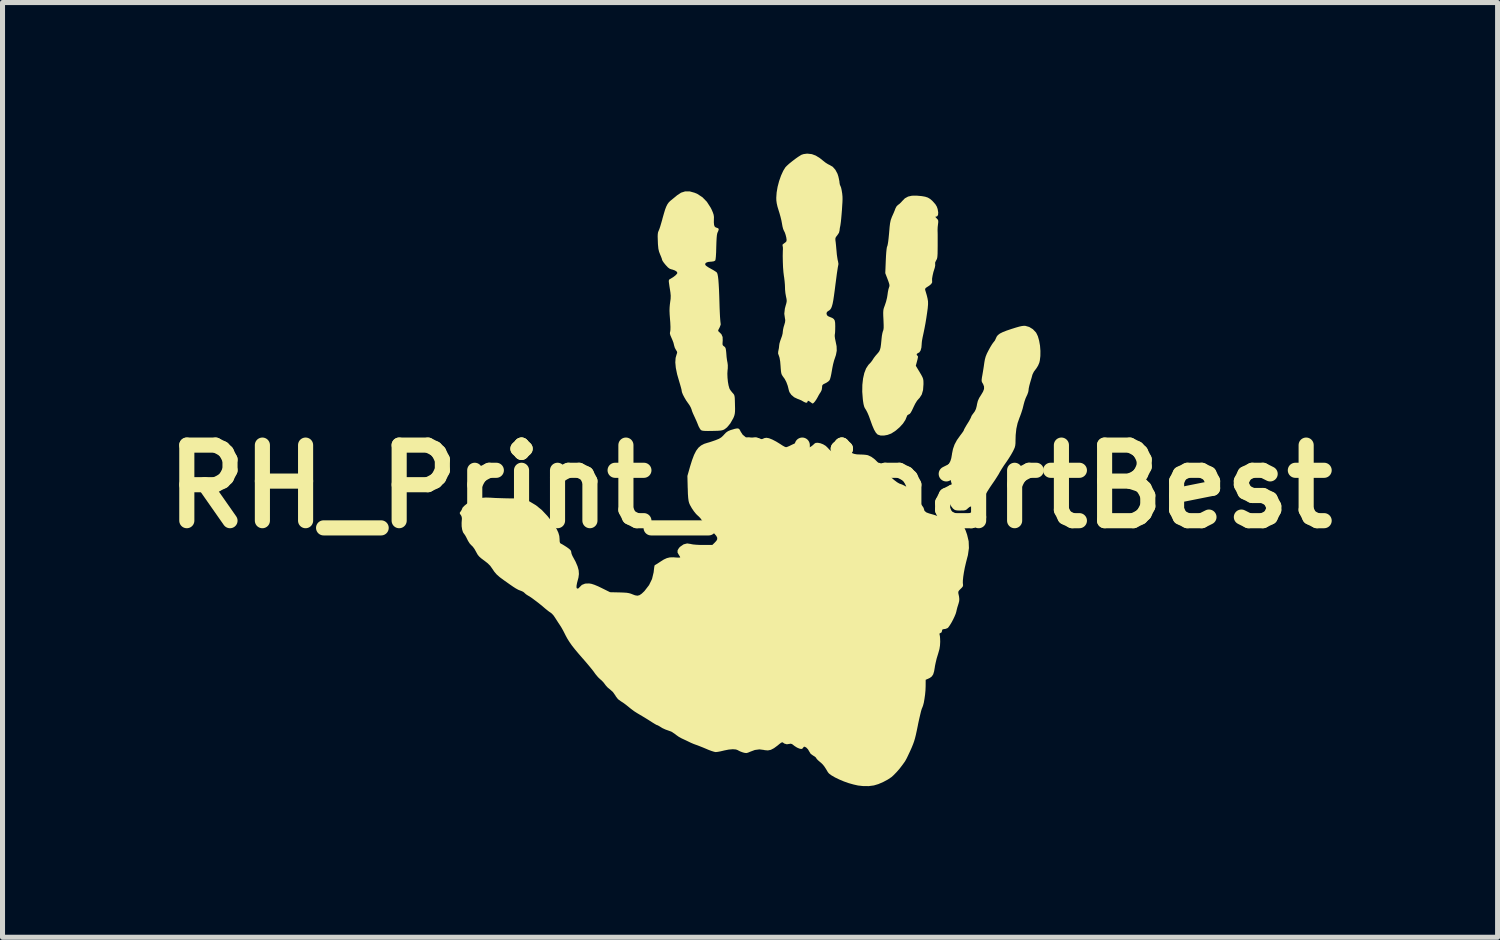
<source format=kicad_pcb>
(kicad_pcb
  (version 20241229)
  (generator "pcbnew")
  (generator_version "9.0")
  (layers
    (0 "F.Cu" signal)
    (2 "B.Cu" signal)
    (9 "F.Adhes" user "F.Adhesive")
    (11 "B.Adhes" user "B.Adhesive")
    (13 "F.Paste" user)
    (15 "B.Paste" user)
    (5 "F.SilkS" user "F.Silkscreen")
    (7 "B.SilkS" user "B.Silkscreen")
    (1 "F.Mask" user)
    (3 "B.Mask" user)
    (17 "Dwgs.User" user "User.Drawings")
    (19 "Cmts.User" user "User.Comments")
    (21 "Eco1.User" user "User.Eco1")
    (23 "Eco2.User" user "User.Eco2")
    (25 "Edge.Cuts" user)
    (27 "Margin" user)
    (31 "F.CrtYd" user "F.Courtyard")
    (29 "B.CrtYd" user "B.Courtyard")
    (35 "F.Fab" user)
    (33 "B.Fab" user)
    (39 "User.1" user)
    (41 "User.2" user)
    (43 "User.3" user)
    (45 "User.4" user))
  (footprint "RH_Print_ClipartBest"
    (layer "F.Cu")
    (at 11.836 6.605)
    (property "Reference" "RH_Print_ClipartBest" (at 0 0 0) (layer "F.SilkS") (effects (font (size 1.5 1.5) (thickness 0.3))))
    (attr board_only exclude_from_pos_files exclude_from_bom)
    (fp_poly (pts (xy 5.464 -3.188) (xy 5.54 -3.166) (xy 5.612 -3.122) (xy 5.671 -3.06) (xy 5.679 -3.049) (xy 5.711 -2.983) (xy 5.736 -2.896) (xy 5.754 -2.796) (xy 5.762 -2.691) (xy 5.761 -2.59) (xy 5.75 -2.498) (xy 5.74 -2.457) (xy 5.716 -2.4) (xy 5.682 -2.345) (xy 5.666 -2.324) (xy 5.632 -2.278) (xy 5.606 -2.226) (xy 5.6 -2.207) (xy 5.587 -2.158) (xy 5.569 -2.098) (xy 5.556 -2.054) (xy 5.541 -1.998) (xy 5.53 -1.946) (xy 5.527 -1.915) (xy 5.52 -1.874) (xy 5.502 -1.824) (xy 5.49 -1.799) (xy 5.468 -1.751) (xy 5.446 -1.688) (xy 5.428 -1.622) (xy 5.426 -1.613) (xy 5.408 -1.541) (xy 5.382 -1.459) (xy 5.354 -1.382) (xy 5.348 -1.369) (xy 5.309 -1.258) (xy 5.284 -1.145) (xy 5.271 -1.021) (xy 5.268 -0.921) (xy 5.267 -0.857) (xy 5.262 -0.811) (xy 5.251 -0.77) (xy 5.23 -0.724) (xy 5.213 -0.69) (xy 5.178 -0.628) (xy 5.133 -0.556) (xy 5.087 -0.487) (xy 5.074 -0.469) (xy 5.033 -0.41) (xy 4.994 -0.349) (xy 4.963 -0.298) (xy 4.954 -0.282) (xy 4.932 -0.242) (xy 4.897 -0.186) (xy 4.855 -0.121) (xy 4.809 -0.054) (xy 4.804 -0.047) (xy 4.756 0.024) (xy 4.709 0.098) (xy 4.669 0.167) (xy 4.64 0.221) (xy 4.64 0.222) (xy 4.605 0.29) (xy 4.575 0.336) (xy 4.543 0.364) (xy 4.504 0.379) (xy 4.453 0.386) (xy 4.446 0.387) (xy 4.392 0.393) (xy 4.356 0.406) (xy 4.327 0.429) (xy 4.321 0.435) (xy 4.298 0.456) (xy 4.274 0.469) (xy 4.242 0.475) (xy 4.192 0.476) (xy 4.174 0.477) (xy 4.118 0.476) (xy 4.082 0.471) (xy 4.056 0.461) (xy 4.031 0.441) (xy 4.019 0.429) (xy 3.984 0.382) (xy 3.955 0.321) (xy 3.936 0.256) (xy 3.929 0.198) (xy 3.932 0.176) (xy 3.944 0.141) (xy 3.964 0.094) (xy 3.979 0.06) (xy 4.001 0.015) (xy 4.009 -0.015) (xy 4.007 -0.04) (xy 3.998 -0.062) (xy 3.988 -0.099) (xy 3.977 -0.154) (xy 3.97 -0.215) (xy 3.969 -0.224) (xy 3.962 -0.285) (xy 3.952 -0.34) (xy 3.943 -0.378) (xy 3.941 -0.382) (xy 3.932 -0.414) (xy 3.938 -0.441) (xy 3.956 -0.468) (xy 3.976 -0.506) (xy 3.993 -0.562) (xy 4.007 -0.642) (xy 4.007 -0.648) (xy 4.027 -0.745) (xy 4.058 -0.833) (xy 4.105 -0.921) (xy 4.172 -1.015) (xy 4.191 -1.04) (xy 4.219 -1.078) (xy 4.238 -1.107) (xy 4.243 -1.12) (xy 4.25 -1.138) (xy 4.27 -1.174) (xy 4.298 -1.222) (xy 4.315 -1.249) (xy 4.347 -1.301) (xy 4.371 -1.345) (xy 4.385 -1.374) (xy 4.387 -1.381) (xy 4.396 -1.403) (xy 4.417 -1.434) (xy 4.421 -1.439) (xy 4.458 -1.489) (xy 4.482 -1.538) (xy 4.498 -1.598) (xy 4.504 -1.634) (xy 4.52 -1.698) (xy 4.547 -1.758) (xy 4.583 -1.815) (xy 4.623 -1.882) (xy 4.643 -1.936) (xy 4.643 -1.984) (xy 4.625 -2.032) (xy 4.618 -2.044) (xy 4.603 -2.069) (xy 4.596 -2.092) (xy 4.596 -2.12) (xy 4.601 -2.162) (xy 4.61 -2.212) (xy 4.623 -2.289) (xy 4.637 -2.376) (xy 4.648 -2.454) (xy 4.648 -2.455) (xy 4.66 -2.522) (xy 4.676 -2.58) (xy 4.7 -2.639) (xy 4.736 -2.709) (xy 4.768 -2.767) (xy 4.799 -2.818) (xy 4.824 -2.854) (xy 4.834 -2.866) (xy 4.859 -2.898) (xy 4.878 -2.939) (xy 4.878 -2.94) (xy 4.895 -2.976) (xy 4.92 -3.007) (xy 4.959 -3.036) (xy 5.015 -3.064) (xy 5.091 -3.094) (xy 5.189 -3.127) (xy 5.278 -3.155) (xy 5.345 -3.174) (xy 5.396 -3.185) (xy 5.435 -3.189)) (stroke (width 0) (type solid)) (fill yes) (layer "F.SilkS"))
    (fp_poly (pts (xy 3.319 -5.771) (xy 3.408 -5.763) (xy 3.475 -5.751) (xy 3.527 -5.734) (xy 3.571 -5.708) (xy 3.614 -5.672) (xy 3.631 -5.654) (xy 3.677 -5.602) (xy 3.705 -5.556) (xy 3.723 -5.505) (xy 3.723 -5.504) (xy 3.734 -5.437) (xy 3.73 -5.389) (xy 3.712 -5.362) (xy 3.695 -5.357) (xy 3.679 -5.355) (xy 3.681 -5.345) (xy 3.703 -5.321) (xy 3.704 -5.32) (xy 3.725 -5.297) (xy 3.734 -5.274) (xy 3.734 -5.241) (xy 3.729 -5.201) (xy 3.723 -5.147) (xy 3.721 -5.098) (xy 3.721 -5.076) (xy 3.722 -5.047) (xy 3.723 -4.996) (xy 3.723 -4.927) (xy 3.723 -4.846) (xy 3.723 -4.781) (xy 3.722 -4.688) (xy 3.721 -4.62) (xy 3.718 -4.572) (xy 3.714 -4.538) (xy 3.707 -4.514) (xy 3.698 -4.496) (xy 3.693 -4.488) (xy 3.673 -4.446) (xy 3.673 -4.418) (xy 3.674 -4.387) (xy 3.666 -4.344) (xy 3.661 -4.328) (xy 3.638 -4.255) (xy 3.622 -4.185) (xy 3.612 -4.126) (xy 3.612 -4.086) (xy 3.613 -4.082) (xy 3.613 -4.05) (xy 3.595 -4.02) (xy 3.556 -3.986) (xy 3.526 -3.967) (xy 3.49 -3.943) (xy 3.475 -3.925) (xy 3.474 -3.903) (xy 3.481 -3.881) (xy 3.506 -3.797) (xy 3.522 -3.731) (xy 3.531 -3.677) (xy 3.532 -3.628) (xy 3.531 -3.603) (xy 3.525 -3.534) (xy 3.513 -3.446) (xy 3.498 -3.345) (xy 3.481 -3.241) (xy 3.462 -3.14) (xy 3.444 -3.052) (xy 3.436 -3.015) (xy 3.422 -2.95) (xy 3.411 -2.888) (xy 3.406 -2.839) (xy 3.406 -2.83) (xy 3.4 -2.757) (xy 3.384 -2.699) (xy 3.359 -2.662) (xy 3.339 -2.651) (xy 3.313 -2.636) (xy 3.305 -2.615) (xy 3.318 -2.597) (xy 3.323 -2.596) (xy 3.331 -2.586) (xy 3.331 -2.561) (xy 3.321 -2.516) (xy 3.315 -2.493) (xy 3.289 -2.396) (xy 3.365 -2.27) (xy 3.399 -2.212) (xy 3.421 -2.17) (xy 3.434 -2.135) (xy 3.44 -2.098) (xy 3.441 -2.051) (xy 3.441 -2.029) (xy 3.433 -1.915) (xy 3.407 -1.825) (xy 3.363 -1.757) (xy 3.345 -1.739) (xy 3.314 -1.703) (xy 3.278 -1.645) (xy 3.241 -1.57) (xy 3.241 -1.569) (xy 3.21 -1.504) (xy 3.186 -1.462) (xy 3.167 -1.44) (xy 3.151 -1.432) (xy 3.122 -1.415) (xy 3.11 -1.389) (xy 3.082 -1.321) (xy 3.033 -1.247) (xy 2.967 -1.175) (xy 2.892 -1.11) (xy 2.811 -1.057) (xy 2.798 -1.05) (xy 2.728 -1.024) (xy 2.656 -1.011) (xy 2.589 -1.012) (xy 2.536 -1.029) (xy 2.529 -1.033) (xy 2.496 -1.068) (xy 2.461 -1.128) (xy 2.424 -1.214) (xy 2.383 -1.328) (xy 2.382 -1.331) (xy 2.358 -1.398) (xy 2.331 -1.461) (xy 2.306 -1.51) (xy 2.296 -1.527) (xy 2.276 -1.558) (xy 2.262 -1.593) (xy 2.251 -1.638) (xy 2.241 -1.701) (xy 2.237 -1.737) (xy 2.226 -1.88) (xy 2.228 -2.017) (xy 2.242 -2.142) (xy 2.267 -2.253) (xy 2.303 -2.345) (xy 2.349 -2.414) (xy 2.36 -2.426) (xy 2.397 -2.465) (xy 2.427 -2.505) (xy 2.435 -2.518) (xy 2.457 -2.552) (xy 2.49 -2.595) (xy 2.518 -2.627) (xy 2.545 -2.658) (xy 2.565 -2.686) (xy 2.579 -2.719) (xy 2.59 -2.761) (xy 2.598 -2.818) (xy 2.606 -2.896) (xy 2.609 -2.931) (xy 2.616 -2.992) (xy 2.626 -3.045) (xy 2.636 -3.081) (xy 2.639 -3.087) (xy 2.646 -3.11) (xy 2.651 -3.148) (xy 2.651 -3.204) (xy 2.648 -3.283) (xy 2.647 -3.311) (xy 2.643 -3.389) (xy 2.642 -3.446) (xy 2.644 -3.488) (xy 2.649 -3.522) (xy 2.66 -3.556) (xy 2.675 -3.597) (xy 2.676 -3.6) (xy 2.699 -3.669) (xy 2.718 -3.747) (xy 2.727 -3.802) (xy 2.735 -3.861) (xy 2.746 -3.915) (xy 2.757 -3.95) (xy 2.765 -3.974) (xy 2.766 -3.999) (xy 2.758 -4.032) (xy 2.742 -4.08) (xy 2.729 -4.114) (xy 2.683 -4.234) (xy 2.693 -4.482) (xy 2.697 -4.565) (xy 2.702 -4.64) (xy 2.708 -4.701) (xy 2.714 -4.743) (xy 2.718 -4.758) (xy 2.726 -4.778) (xy 2.733 -4.811) (xy 2.741 -4.86) (xy 2.749 -4.928) (xy 2.758 -5.02) (xy 2.768 -5.136) (xy 2.768 -5.141) (xy 2.778 -5.224) (xy 2.792 -5.29) (xy 2.815 -5.352) (xy 2.824 -5.372) (xy 2.849 -5.428) (xy 2.871 -5.481) (xy 2.884 -5.517) (xy 2.905 -5.557) (xy 2.933 -5.586) (xy 2.936 -5.588) (xy 2.966 -5.61) (xy 3.002 -5.646) (xy 3.018 -5.664) (xy 3.072 -5.719) (xy 3.136 -5.754) (xy 3.212 -5.771) (xy 3.308 -5.772)) (stroke (width 0) (type solid)) (fill yes) (layer "F.SilkS"))
    (fp_poly (pts (xy 1.226 -6.596) (xy 1.304 -6.567) (xy 1.386 -6.516) (xy 1.452 -6.463) (xy 1.499 -6.426) (xy 1.547 -6.396) (xy 1.578 -6.381) (xy 1.64 -6.345) (xy 1.693 -6.285) (xy 1.735 -6.206) (xy 1.752 -6.153) (xy 1.764 -6.1) (xy 1.773 -6.053) (xy 1.775 -6.027) (xy 1.783 -5.986) (xy 1.795 -5.96) (xy 1.807 -5.928) (xy 1.818 -5.877) (xy 1.828 -5.816) (xy 1.834 -5.754) (xy 1.835 -5.704) (xy 1.833 -5.643) (xy 1.828 -5.569) (xy 1.823 -5.486) (xy 1.816 -5.402) (xy 1.809 -5.323) (xy 1.802 -5.254) (xy 1.795 -5.203) (xy 1.791 -5.177) (xy 1.781 -5.128) (xy 1.776 -5.084) (xy 1.775 -5.078) (xy 1.764 -5.035) (xy 1.732 -4.987) (xy 1.73 -4.985) (xy 1.702 -4.949) (xy 1.692 -4.918) (xy 1.694 -4.882) (xy 1.699 -4.846) (xy 1.705 -4.79) (xy 1.711 -4.722) (xy 1.716 -4.671) (xy 1.722 -4.602) (xy 1.731 -4.54) (xy 1.739 -4.492) (xy 1.745 -4.471) (xy 1.754 -4.416) (xy 1.747 -4.378) (xy 1.741 -4.347) (xy 1.733 -4.294) (xy 1.722 -4.222) (xy 1.711 -4.137) (xy 1.699 -4.045) (xy 1.696 -4.024) (xy 1.679 -3.889) (xy 1.664 -3.78) (xy 1.651 -3.694) (xy 1.638 -3.627) (xy 1.624 -3.577) (xy 1.61 -3.541) (xy 1.593 -3.515) (xy 1.574 -3.497) (xy 1.556 -3.486) (xy 1.526 -3.464) (xy 1.517 -3.436) (xy 1.518 -3.425) (xy 1.527 -3.398) (xy 1.552 -3.378) (xy 1.584 -3.364) (xy 1.632 -3.345) (xy 1.662 -3.323) (xy 1.68 -3.293) (xy 1.688 -3.248) (xy 1.69 -3.182) (xy 1.69 -3.176) (xy 1.689 -3.114) (xy 1.687 -3.06) (xy 1.683 -3.022) (xy 1.681 -3.016) (xy 1.68 -2.983) (xy 1.686 -2.934) (xy 1.696 -2.887) (xy 1.717 -2.784) (xy 1.72 -2.695) (xy 1.704 -2.61) (xy 1.686 -2.556) (xy 1.667 -2.5) (xy 1.648 -2.428) (xy 1.632 -2.349) (xy 1.624 -2.303) (xy 1.612 -2.235) (xy 1.599 -2.175) (xy 1.586 -2.13) (xy 1.578 -2.111) (xy 1.552 -2.084) (xy 1.511 -2.057) (xy 1.492 -2.048) (xy 1.454 -2.029) (xy 1.435 -2.011) (xy 1.429 -1.984) (xy 1.429 -1.965) (xy 1.421 -1.915) (xy 1.402 -1.876) (xy 1.379 -1.841) (xy 1.353 -1.796) (xy 1.343 -1.776) (xy 1.316 -1.729) (xy 1.287 -1.687) (xy 1.26 -1.657) (xy 1.242 -1.646) (xy 1.226 -1.655) (xy 1.199 -1.674) (xy 1.198 -1.675) (xy 1.164 -1.698) (xy 1.146 -1.701) (xy 1.14 -1.683) (xy 1.14 -1.682) (xy 1.13 -1.664) (xy 1.103 -1.664) (xy 1.065 -1.681) (xy 1.056 -1.687) (xy 1.019 -1.708) (xy 0.97 -1.729) (xy 0.942 -1.739) (xy 0.875 -1.771) (xy 0.819 -1.818) (xy 0.781 -1.873) (xy 0.771 -1.903) (xy 0.747 -1.999) (xy 0.719 -2.074) (xy 0.687 -2.135) (xy 0.668 -2.161) (xy 0.645 -2.193) (xy 0.629 -2.22) (xy 0.619 -2.25) (xy 0.613 -2.29) (xy 0.608 -2.347) (xy 0.605 -2.391) (xy 0.597 -2.484) (xy 0.585 -2.554) (xy 0.571 -2.597) (xy 0.556 -2.638) (xy 0.558 -2.678) (xy 0.562 -2.697) (xy 0.572 -2.747) (xy 0.577 -2.796) (xy 0.577 -2.798) (xy 0.583 -2.837) (xy 0.598 -2.889) (xy 0.613 -2.931) (xy 0.633 -2.986) (xy 0.646 -3.038) (xy 0.649 -3.069) (xy 0.654 -3.111) (xy 0.666 -3.166) (xy 0.678 -3.204) (xy 0.694 -3.261) (xy 0.698 -3.303) (xy 0.692 -3.337) (xy 0.679 -3.428) (xy 0.69 -3.529) (xy 0.706 -3.59) (xy 0.721 -3.642) (xy 0.727 -3.68) (xy 0.724 -3.719) (xy 0.713 -3.771) (xy 0.701 -3.837) (xy 0.694 -3.909) (xy 0.693 -3.949) (xy 0.691 -4.004) (xy 0.685 -4.075) (xy 0.676 -4.149) (xy 0.672 -4.173) (xy 0.662 -4.253) (xy 0.654 -4.353) (xy 0.65 -4.463) (xy 0.648 -4.575) (xy 0.65 -4.678) (xy 0.652 -4.707) (xy 0.651 -4.748) (xy 0.645 -4.779) (xy 0.644 -4.781) (xy 0.646 -4.803) (xy 0.672 -4.823) (xy 0.703 -4.846) (xy 0.721 -4.866) (xy 0.725 -4.894) (xy 0.719 -4.939) (xy 0.706 -4.992) (xy 0.689 -5.042) (xy 0.67 -5.079) (xy 0.656 -5.112) (xy 0.643 -5.162) (xy 0.633 -5.218) (xy 0.622 -5.278) (xy 0.604 -5.352) (xy 0.582 -5.43) (xy 0.569 -5.471) (xy 0.544 -5.553) (xy 0.529 -5.619) (xy 0.521 -5.679) (xy 0.52 -5.733) (xy 0.527 -5.835) (xy 0.546 -5.947) (xy 0.576 -6.061) (xy 0.614 -6.169) (xy 0.657 -6.264) (xy 0.701 -6.335) (xy 0.73 -6.365) (xy 0.775 -6.406) (xy 0.832 -6.452) (xy 0.893 -6.499) (xy 0.952 -6.541) (xy 1.003 -6.573) (xy 1.017 -6.582) (xy 1.062 -6.597) (xy 1.123 -6.605) (xy 1.147 -6.605)) (stroke (width 0) (type solid)) (fill yes) (layer "F.SilkS"))
    (fp_poly (pts (xy -1.199 -5.857) (xy -1.102 -5.83) (xy -1.044 -5.805) (xy -0.945 -5.74) (xy -0.858 -5.651) (xy -0.785 -5.538) (xy -0.766 -5.502) (xy -0.739 -5.44) (xy -0.723 -5.392) (xy -0.717 -5.348) (xy -0.718 -5.314) (xy -0.719 -5.24) (xy -0.714 -5.189) (xy -0.702 -5.158) (xy -0.681 -5.141) (xy -0.664 -5.136) (xy -0.632 -5.124) (xy -0.622 -5.104) (xy -0.632 -5.069) (xy -0.643 -5.047) (xy -0.652 -5.022) (xy -0.659 -4.984) (xy -0.664 -4.928) (xy -0.668 -4.851) (xy -0.671 -4.754) (xy -0.674 -4.644) (xy -0.679 -4.562) (xy -0.685 -4.508) (xy -0.693 -4.483) (xy -0.693 -4.483) (xy -0.721 -4.469) (xy -0.768 -4.462) (xy -0.778 -4.462) (xy -0.835 -4.456) (xy -0.874 -4.441) (xy -0.892 -4.418) (xy -0.887 -4.395) (xy -0.867 -4.376) (xy -0.829 -4.35) (xy -0.781 -4.323) (xy -0.778 -4.321) (xy -0.729 -4.294) (xy -0.689 -4.269) (xy -0.665 -4.252) (xy -0.664 -4.251) (xy -0.653 -4.234) (xy -0.644 -4.204) (xy -0.636 -4.159) (xy -0.629 -4.097) (xy -0.623 -4.015) (xy -0.617 -3.91) (xy -0.612 -3.781) (xy -0.608 -3.653) (xy -0.605 -3.55) (xy -0.601 -3.455) (xy -0.597 -3.373) (xy -0.592 -3.307) (xy -0.588 -3.263) (xy -0.585 -3.243) (xy -0.583 -3.212) (xy -0.6 -3.167) (xy -0.607 -3.152) (xy -0.627 -3.114) (xy -0.634 -3.092) (xy -0.628 -3.079) (xy -0.615 -3.068) (xy -0.569 -3.022) (xy -0.545 -2.967) (xy -0.543 -2.896) (xy -0.544 -2.886) (xy -0.547 -2.839) (xy -0.545 -2.811) (xy -0.533 -2.793) (xy -0.516 -2.781) (xy -0.499 -2.767) (xy -0.487 -2.747) (xy -0.48 -2.716) (xy -0.474 -2.667) (xy -0.471 -2.631) (xy -0.466 -2.567) (xy -0.458 -2.508) (xy -0.45 -2.465) (xy -0.448 -2.457) (xy -0.442 -2.407) (xy -0.443 -2.339) (xy -0.447 -2.308) (xy -0.451 -2.239) (xy -0.448 -2.159) (xy -0.44 -2.078) (xy -0.427 -2.005) (xy -0.411 -1.949) (xy -0.405 -1.935) (xy -0.382 -1.9) (xy -0.351 -1.862) (xy -0.345 -1.855) (xy -0.328 -1.836) (xy -0.316 -1.818) (xy -0.309 -1.794) (xy -0.304 -1.759) (xy -0.302 -1.708) (xy -0.3 -1.634) (xy -0.3 -1.624) (xy -0.298 -1.546) (xy -0.299 -1.49) (xy -0.303 -1.449) (xy -0.31 -1.416) (xy -0.321 -1.384) (xy -0.334 -1.354) (xy -0.393 -1.251) (xy -0.457 -1.174) (xy -0.504 -1.137) (xy -0.527 -1.125) (xy -0.553 -1.116) (xy -0.588 -1.11) (xy -0.638 -1.106) (xy -0.707 -1.104) (xy -0.754 -1.103) (xy -0.836 -1.102) (xy -0.893 -1.103) (xy -0.932 -1.106) (xy -0.957 -1.111) (xy -0.974 -1.12) (xy -0.981 -1.126) (xy -1 -1.154) (xy -1.023 -1.197) (xy -1.037 -1.233) (xy -1.062 -1.294) (xy -1.092 -1.36) (xy -1.109 -1.397) (xy -1.133 -1.449) (xy -1.153 -1.499) (xy -1.161 -1.528) (xy -1.176 -1.566) (xy -1.202 -1.613) (xy -1.223 -1.643) (xy -1.265 -1.702) (xy -1.302 -1.764) (xy -1.333 -1.823) (xy -1.352 -1.871) (xy -1.357 -1.897) (xy -1.361 -1.923) (xy -1.373 -1.969) (xy -1.39 -2.029) (xy -1.405 -2.079) (xy -1.448 -2.228) (xy -1.474 -2.355) (xy -1.484 -2.462) (xy -1.478 -2.552) (xy -1.458 -2.622) (xy -1.447 -2.655) (xy -1.452 -2.681) (xy -1.47 -2.709) (xy -1.494 -2.753) (xy -1.509 -2.804) (xy -1.51 -2.809) (xy -1.521 -2.854) (xy -1.542 -2.909) (xy -1.56 -2.95) (xy -1.582 -3.001) (xy -1.591 -3.035) (xy -1.589 -3.063) (xy -1.586 -3.072) (xy -1.581 -3.107) (xy -1.58 -3.169) (xy -1.584 -3.259) (xy -1.589 -3.319) (xy -1.596 -3.415) (xy -1.599 -3.49) (xy -1.597 -3.553) (xy -1.592 -3.612) (xy -1.587 -3.651) (xy -1.577 -3.725) (xy -1.575 -3.786) (xy -1.581 -3.85) (xy -1.587 -3.89) (xy -1.6 -3.971) (xy -1.608 -4.029) (xy -1.613 -4.067) (xy -1.612 -4.091) (xy -1.606 -4.105) (xy -1.595 -4.114) (xy -1.578 -4.123) (xy -1.573 -4.126) (xy -1.52 -4.159) (xy -1.477 -4.193) (xy -1.45 -4.223) (xy -1.443 -4.239) (xy -1.456 -4.264) (xy -1.491 -4.287) (xy -1.541 -4.305) (xy -1.559 -4.309) (xy -1.594 -4.321) (xy -1.63 -4.347) (xy -1.672 -4.392) (xy -1.678 -4.399) (xy -1.712 -4.441) (xy -1.736 -4.476) (xy -1.746 -4.498) (xy -1.746 -4.499) (xy -1.752 -4.522) (xy -1.767 -4.562) (xy -1.784 -4.602) (xy -1.806 -4.659) (xy -1.82 -4.718) (xy -1.827 -4.791) (xy -1.829 -4.816) (xy -1.832 -4.902) (xy -1.834 -4.964) (xy -1.832 -5.009) (xy -1.827 -5.042) (xy -1.818 -5.068) (xy -1.811 -5.083) (xy -1.799 -5.113) (xy -1.782 -5.164) (xy -1.763 -5.229) (xy -1.742 -5.302) (xy -1.739 -5.316) (xy -1.71 -5.418) (xy -1.686 -5.497) (xy -1.663 -5.557) (xy -1.64 -5.602) (xy -1.615 -5.637) (xy -1.585 -5.667) (xy -1.574 -5.676) (xy -1.525 -5.716) (xy -1.471 -5.76) (xy -1.45 -5.778) (xy -1.37 -5.831) (xy -1.288 -5.857)) (stroke (width 0) (type solid)) (fill yes) (layer "F.SilkS"))
    (fp_poly (pts (xy -0.229 -1.149) (xy -0.209 -1.132) (xy -0.192 -1.101) (xy -0.188 -1.091) (xy -0.147 -1.028) (xy -0.085 -0.977) (xy -0.012 -0.946) (xy -0.007 -0.944) (xy 0.034 -0.929) (xy 0.079 -0.905) (xy 0.086 -0.9) (xy 0.131 -0.874) (xy 0.159 -0.868) (xy 0.175 -0.881) (xy 0.178 -0.888) (xy 0.2 -0.915) (xy 0.24 -0.941) (xy 0.286 -0.961) (xy 0.325 -0.967) (xy 0.375 -0.958) (xy 0.441 -0.932) (xy 0.518 -0.892) (xy 0.601 -0.841) (xy 0.605 -0.838) (xy 0.65 -0.809) (xy 0.689 -0.788) (xy 0.713 -0.78) (xy 0.714 -0.78) (xy 0.737 -0.786) (xy 0.778 -0.803) (xy 0.827 -0.827) (xy 0.837 -0.832) (xy 0.918 -0.869) (xy 0.984 -0.885) (xy 1.038 -0.881) (xy 1.083 -0.857) (xy 1.096 -0.845) (xy 1.124 -0.815) (xy 1.139 -0.79) (xy 1.14 -0.784) (xy 1.149 -0.767) (xy 1.155 -0.765) (xy 1.177 -0.774) (xy 1.211 -0.794) (xy 1.245 -0.82) (xy 1.27 -0.843) (xy 1.274 -0.848) (xy 1.301 -0.865) (xy 1.344 -0.868) (xy 1.396 -0.858) (xy 1.45 -0.837) (xy 1.5 -0.807) (xy 1.536 -0.773) (xy 1.573 -0.733) (xy 1.616 -0.698) (xy 1.621 -0.695) (xy 1.657 -0.676) (xy 1.69 -0.673) (xy 1.726 -0.681) (xy 1.812 -0.696) (xy 1.899 -0.697) (xy 1.977 -0.683) (xy 2.016 -0.667) (xy 2.063 -0.648) (xy 2.116 -0.638) (xy 2.182 -0.635) (xy 2.243 -0.633) (xy 2.299 -0.628) (xy 2.338 -0.621) (xy 2.405 -0.59) (xy 2.478 -0.536) (xy 2.552 -0.461) (xy 2.617 -0.379) (xy 2.668 -0.315) (xy 2.727 -0.249) (xy 2.792 -0.186) (xy 2.856 -0.131) (xy 2.915 -0.086) (xy 2.963 -0.058) (xy 2.983 -0.051) (xy 3.019 -0.038) (xy 3.068 -0.014) (xy 3.114 0.013) (xy 3.164 0.049) (xy 3.2 0.086) (xy 3.233 0.135) (xy 3.251 0.167) (xy 3.288 0.229) (xy 3.335 0.292) (xy 3.376 0.339) (xy 3.418 0.385) (xy 3.443 0.423) (xy 3.449 0.442) (xy 3.462 0.484) (xy 3.5 0.515) (xy 3.554 0.535) (xy 3.64 0.559) (xy 3.718 0.584) (xy 3.78 0.607) (xy 3.802 0.617) (xy 3.839 0.631) (xy 3.892 0.643) (xy 3.934 0.65) (xy 3.988 0.659) (xy 4.025 0.672) (xy 4.057 0.696) (xy 4.081 0.72) (xy 4.122 0.759) (xy 4.157 0.777) (xy 4.183 0.78) (xy 4.212 0.784) (xy 4.235 0.798) (xy 4.256 0.826) (xy 4.278 0.874) (xy 4.303 0.945) (xy 4.307 0.956) (xy 4.338 1.087) (xy 4.343 1.222) (xy 4.323 1.363) (xy 4.309 1.415) (xy 4.284 1.513) (xy 4.261 1.612) (xy 4.243 1.708) (xy 4.23 1.794) (xy 4.223 1.865) (xy 4.222 1.915) (xy 4.223 1.922) (xy 4.227 1.959) (xy 4.221 1.985) (xy 4.199 2.012) (xy 4.179 2.031) (xy 4.146 2.065) (xy 4.132 2.09) (xy 4.133 2.118) (xy 4.133 2.12) (xy 4.147 2.184) (xy 4.152 2.232) (xy 4.15 2.273) (xy 4.139 2.317) (xy 4.131 2.343) (xy 4.113 2.4) (xy 4.099 2.455) (xy 4.092 2.487) (xy 4.08 2.527) (xy 4.057 2.582) (xy 4.028 2.643) (xy 3.995 2.704) (xy 3.962 2.757) (xy 3.935 2.795) (xy 3.921 2.809) (xy 3.882 2.825) (xy 3.85 2.83) (xy 3.821 2.835) (xy 3.81 2.854) (xy 3.81 2.865) (xy 3.799 2.896) (xy 3.779 2.907) (xy 3.758 2.919) (xy 3.761 2.94) (xy 3.761 2.941) (xy 3.767 2.968) (xy 3.771 3.014) (xy 3.773 3.071) (xy 3.773 3.083) (xy 3.769 3.156) (xy 3.758 3.226) (xy 3.736 3.305) (xy 3.726 3.338) (xy 3.703 3.413) (xy 3.684 3.493) (xy 3.669 3.564) (xy 3.666 3.587) (xy 3.652 3.669) (xy 3.634 3.728) (xy 3.607 3.769) (xy 3.569 3.798) (xy 3.547 3.809) (xy 3.485 3.836) (xy 3.484 3.965) (xy 3.481 4.045) (xy 3.473 4.13) (xy 3.461 4.214) (xy 3.448 4.29) (xy 3.432 4.35) (xy 3.417 4.39) (xy 3.415 4.392) (xy 3.406 4.416) (xy 3.392 4.463) (xy 3.376 4.53) (xy 3.357 4.611) (xy 3.337 4.702) (xy 3.329 4.744) (xy 3.308 4.846) (xy 3.29 4.929) (xy 3.273 4.997) (xy 3.255 5.058) (xy 3.234 5.116) (xy 3.208 5.18) (xy 3.175 5.254) (xy 3.132 5.345) (xy 3.109 5.393) (xy 3.076 5.453) (xy 3.026 5.523) (xy 2.968 5.599) (xy 2.906 5.67) (xy 2.846 5.731) (xy 2.809 5.765) (xy 2.733 5.816) (xy 2.641 5.865) (xy 2.546 5.906) (xy 2.459 5.932) (xy 2.454 5.933) (xy 2.355 5.946) (xy 2.242 5.945) (xy 2.142 5.934) (xy 2.053 5.914) (xy 1.957 5.887) (xy 1.861 5.853) (xy 1.769 5.814) (xy 1.686 5.774) (xy 1.617 5.734) (xy 1.567 5.697) (xy 1.545 5.671) (xy 1.505 5.604) (xy 1.473 5.555) (xy 1.444 5.519) (xy 1.414 5.489) (xy 1.384 5.464) (xy 1.347 5.432) (xy 1.321 5.405) (xy 1.313 5.39) (xy 1.301 5.374) (xy 1.272 5.352) (xy 1.254 5.342) (xy 1.204 5.307) (xy 1.174 5.259) (xy 1.173 5.257) (xy 1.149 5.216) (xy 1.117 5.183) (xy 1.112 5.179) (xy 1.083 5.164) (xy 1.067 5.166) (xy 1.051 5.186) (xy 1.035 5.205) (xy 1.013 5.209) (xy 0.977 5.201) (xy 0.931 5.181) (xy 0.884 5.151) (xy 0.871 5.141) (xy 0.833 5.112) (xy 0.805 5.104) (xy 0.789 5.107) (xy 0.729 5.116) (xy 0.678 5.101) (xy 0.664 5.09) (xy 0.649 5.079) (xy 0.634 5.077) (xy 0.613 5.087) (xy 0.58 5.112) (xy 0.548 5.139) (xy 0.475 5.193) (xy 0.412 5.226) (xy 0.352 5.238) (xy 0.288 5.232) (xy 0.273 5.228) (xy 0.185 5.217) (xy 0.095 5.229) (xy 0.004 5.263) (xy -0.041 5.282) (xy -0.073 5.29) (xy -0.104 5.287) (xy -0.141 5.278) (xy -0.188 5.261) (xy -0.227 5.243) (xy -0.238 5.235) (xy -0.28 5.219) (xy -0.343 5.214) (xy -0.424 5.221) (xy -0.516 5.239) (xy -0.527 5.242) (xy -0.586 5.256) (xy -0.64 5.266) (xy -0.677 5.27) (xy -0.681 5.271) (xy -0.712 5.265) (xy -0.761 5.25) (xy -0.821 5.228) (xy -0.87 5.207) (xy -0.937 5.179) (xy -1 5.154) (xy -1.051 5.134) (xy -1.075 5.126) (xy -1.121 5.109) (xy -1.177 5.085) (xy -1.212 5.068) (xy -1.27 5.04) (xy -1.33 5.012) (xy -1.36 4.998) (xy -1.413 4.969) (xy -1.467 4.931) (xy -1.485 4.916) (xy -1.562 4.865) (xy -1.623 4.843) (xy -1.682 4.822) (xy -1.742 4.794) (xy -1.766 4.779) (xy -1.805 4.755) (xy -1.834 4.739) (xy -1.844 4.736) (xy -1.862 4.729) (xy -1.896 4.709) (xy -1.94 4.682) (xy -1.942 4.681) (xy -1.987 4.652) (xy -2.031 4.624) (xy -2.08 4.594) (xy -2.141 4.557) (xy -2.219 4.511) (xy -2.247 4.494) (xy -2.302 4.459) (xy -2.362 4.414) (xy -2.408 4.377) (xy -2.461 4.334) (xy -2.518 4.292) (xy -2.562 4.264) (xy -2.621 4.221) (xy -2.665 4.164) (xy -2.674 4.147) (xy -2.724 4.077) (xy -2.779 4.028) (xy -2.825 3.991) (xy -2.865 3.947) (xy -2.878 3.929) (xy -2.911 3.886) (xy -2.954 3.842) (xy -2.974 3.826) (xy -3.017 3.785) (xy -3.061 3.733) (xy -3.082 3.705) (xy -3.106 3.671) (xy -3.146 3.62) (xy -3.197 3.558) (xy -3.256 3.488) (xy -3.318 3.416) (xy -3.32 3.415) (xy -3.408 3.313) (xy -3.48 3.227) (xy -3.538 3.153) (xy -3.584 3.087) (xy -3.624 3.024) (xy -3.659 2.96) (xy -3.676 2.926) (xy -3.707 2.865) (xy -3.741 2.804) (xy -3.771 2.756) (xy -3.771 2.756) (xy -3.805 2.705) (xy -3.843 2.646) (xy -3.868 2.607) (xy -3.9 2.56) (xy -3.934 2.523) (xy -3.958 2.504) (xy -3.99 2.483) (xy -4.032 2.45) (xy -4.069 2.42) (xy -4.125 2.372) (xy -4.189 2.32) (xy -4.257 2.268) (xy -4.32 2.221) (xy -4.374 2.184) (xy -4.41 2.163) (xy -4.447 2.139) (xy -4.475 2.114) (xy -4.476 2.112) (xy -4.502 2.091) (xy -4.542 2.072) (xy -4.557 2.067) (xy -4.6 2.05) (xy -4.654 2.02) (xy -4.707 1.986) (xy -4.708 1.985) (xy -4.769 1.943) (xy -4.835 1.896) (xy -4.885 1.861) (xy -4.965 1.802) (xy -5.027 1.748) (xy -5.076 1.691) (xy -5.118 1.629) (xy -5.157 1.574) (xy -5.207 1.524) (xy -5.275 1.471) (xy -5.281 1.467) (xy -5.337 1.425) (xy -5.376 1.39) (xy -5.405 1.355) (xy -5.43 1.311) (xy -5.439 1.294) (xy -5.47 1.239) (xy -5.503 1.194) (xy -5.53 1.168) (xy -5.563 1.133) (xy -5.597 1.08) (xy -5.613 1.048) (xy -5.637 1) (xy -5.66 0.961) (xy -5.675 0.941) (xy -5.697 0.909) (xy -5.714 0.856) (xy -5.724 0.791) (xy -5.725 0.721) (xy -5.723 0.692) (xy -5.719 0.639) (xy -5.723 0.604) (xy -5.735 0.575) (xy -5.742 0.566) (xy -5.76 0.538) (xy -5.761 0.519) (xy -5.745 0.496) (xy -5.742 0.493) (xy -5.723 0.462) (xy -5.715 0.44) (xy -5.703 0.416) (xy -5.672 0.384) (xy -5.628 0.348) (xy -5.578 0.313) (xy -5.527 0.285) (xy -5.502 0.274) (xy -5.412 0.244) (xy -5.332 0.226) (xy -5.248 0.219) (xy -5.151 0.222) (xy -5.123 0.224) (xy -5.053 0.228) (xy -4.964 0.231) (xy -4.866 0.234) (xy -4.768 0.236) (xy -4.734 0.236) (xy -4.496 0.238) (xy -4.371 0.3) (xy -4.249 0.373) (xy -4.134 0.466) (xy -4.023 0.584) (xy -3.961 0.662) (xy -3.89 0.761) (xy -3.839 0.844) (xy -3.805 0.917) (xy -3.786 0.982) (xy -3.781 1.04) (xy -3.779 1.09) (xy -3.772 1.119) (xy -3.758 1.132) (xy -3.756 1.133) (xy -3.732 1.145) (xy -3.692 1.169) (xy -3.645 1.199) (xy -3.64 1.202) (xy -3.592 1.237) (xy -3.564 1.263) (xy -3.552 1.286) (xy -3.55 1.299) (xy -3.543 1.336) (xy -3.525 1.379) (xy -3.521 1.386) (xy -3.463 1.493) (xy -3.424 1.584) (xy -3.402 1.663) (xy -3.397 1.737) (xy -3.406 1.808) (xy -3.413 1.834) (xy -3.434 1.913) (xy -3.444 1.969) (xy -3.445 2.004) (xy -3.436 2.023) (xy -3.43 2.026) (xy -3.405 2.021) (xy -3.385 1.999) (xy -3.338 1.953) (xy -3.273 1.927) (xy -3.195 1.924) (xy -3.147 1.932) (xy -3.088 1.951) (xy -3.014 1.982) (xy -2.948 2.014) (xy -2.778 2.098) (xy -2.595 2.102) (xy -2.511 2.105) (xy -2.449 2.109) (xy -2.402 2.117) (xy -2.364 2.128) (xy -2.344 2.136) (xy -2.284 2.159) (xy -2.237 2.167) (xy -2.195 2.157) (xy -2.152 2.128) (xy -2.099 2.078) (xy -2.09 2.067) (xy -2.005 1.957) (xy -1.946 1.836) (xy -1.914 1.703) (xy -1.909 1.657) (xy -1.903 1.608) (xy -1.897 1.573) (xy -1.89 1.56) (xy -1.89 1.56) (xy -1.874 1.552) (xy -1.841 1.532) (xy -1.797 1.503) (xy -1.788 1.497) (xy -1.714 1.45) (xy -1.651 1.421) (xy -1.592 1.407) (xy -1.525 1.405) (xy -1.486 1.408) (xy -1.436 1.411) (xy -1.401 1.411) (xy -1.386 1.406) (xy -1.386 1.406) (xy -1.394 1.387) (xy -1.414 1.358) (xy -1.414 1.357) (xy -1.44 1.31) (xy -1.438 1.264) (xy -1.409 1.217) (xy -1.386 1.194) (xy -1.319 1.148) (xy -1.249 1.13) (xy -1.175 1.141) (xy -1.174 1.142) (xy -1.132 1.15) (xy -1.067 1.156) (xy -0.985 1.16) (xy -0.934 1.16) (xy -0.749 1.16) (xy -0.699 1.111) (xy -0.669 1.078) (xy -0.653 1.049) (xy -0.652 1.018) (xy -0.669 0.983) (xy -0.705 0.94) (xy -0.761 0.883) (xy -0.785 0.859) (xy -0.841 0.805) (xy -0.892 0.751) (xy -0.932 0.704) (xy -0.957 0.67) (xy -0.958 0.669) (xy -0.989 0.626) (xy -1.024 0.59) (xy -1.035 0.581) (xy -1.072 0.545) (xy -1.115 0.492) (xy -1.157 0.43) (xy -1.192 0.368) (xy -1.209 0.329) (xy -1.22 0.288) (xy -1.228 0.229) (xy -1.234 0.147) (xy -1.237 0.04) (xy -1.238 0.029) (xy -1.244 -0.209) (xy -1.191 -0.396) (xy -1.151 -0.524) (xy -1.112 -0.627) (xy -1.071 -0.708) (xy -1.026 -0.769) (xy -0.973 -0.814) (xy -0.912 -0.846) (xy -0.85 -0.866) (xy -0.804 -0.879) (xy -0.744 -0.899) (xy -0.683 -0.92) (xy -0.681 -0.921) (xy -0.617 -0.947) (xy -0.572 -0.975) (xy -0.533 -1.011) (xy -0.517 -1.029) (xy -0.478 -1.07) (xy -0.438 -1.098) (xy -0.386 -1.12) (xy -0.365 -1.126) (xy -0.301 -1.145) (xy -0.257 -1.153)) (stroke (width 0) (type solid)) (fill yes) (layer "F.SilkS")))
  (gr_rect
    (start -3 -3)
    (end 26.671 15.551)
    (stroke (width 0.1) (type default))
    (fill no)
    (layer "Edge.Cuts")))
</source>
